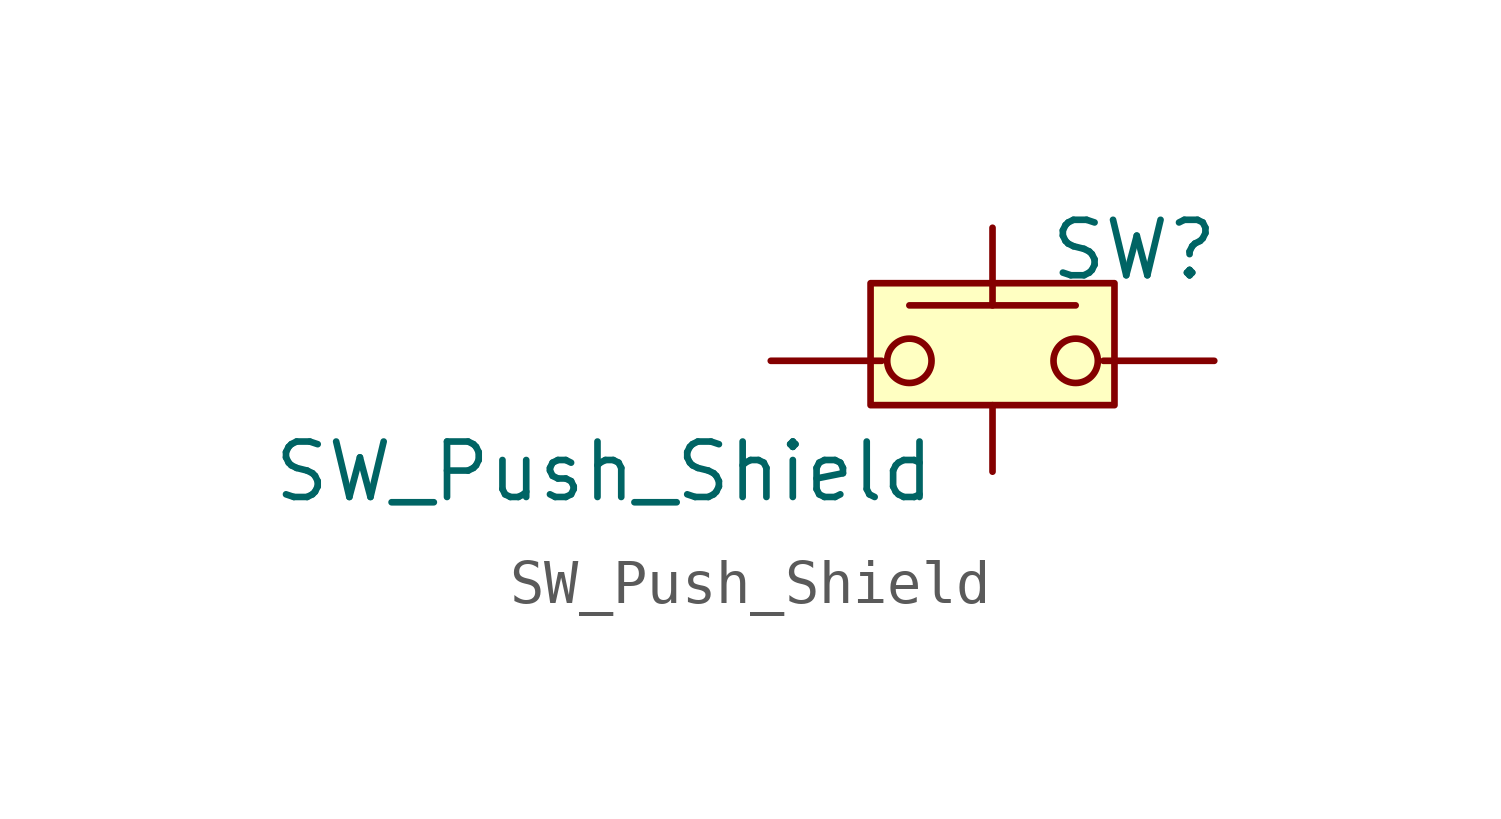
<source format=kicad_sym>
(kicad_symbol_lib
  (version 20220914)
  (generator kicad_symbol_editor)
  (symbol "SW_Push_Shield"
    (pin_numbers hide)
    (pin_names
      (offset 1.016) hide)
    (property "Reference" "SW"
      (at 1.27 2.54 0)
      (effects (font (size 1.27 1.27)) (justify left)))
    (property "Value" "SW_Push_Shield"
      (at -1.27 -2.54 0)
      (effects (font (size 1.27 1.27)) (justify right)))
    (symbol "SW_Push_Shield_0_1"
      (rectangle (start -2.794 1.778) (end 2.794 -1.016) (stroke (width 0) (type default)) (fill (type background)))
      (circle (center -1.905 0) (radius 0.508) (stroke (width 0) (type default)) (fill (type none)))
      (polyline (pts (xy 0 1.27) (xy 0 3.048)) (stroke (width 0) (type default)) (fill (type none)))
      (polyline (pts (xy 1.905 1.27) (xy -1.905 1.27)) (stroke (width 0) (type default)) (fill (type none)))
      (circle (center 1.905 0) (radius 0.508) (stroke (width 0) (type default)) (fill (type none)))
      (pin passive line (at -5.08 0 0) (length 2.54) (name "1" (effects (font (size 1.27 1.27)))) (number "1" (effects (font (size 1.27 1.27)))))
      (pin passive line (at 5.08 0 180) (length 2.54) (name "2" (effects (font (size 1.27 1.27)))) (number "2" (effects (font (size 1.27 1.27)))))
      (pin passive line (at 0 -2.54 90) (length 1.524) (name "3" (effects (font (size 1.27 1.27)))) (number "3" (effects (font (size 1.27 1.27))))))))
</source>
